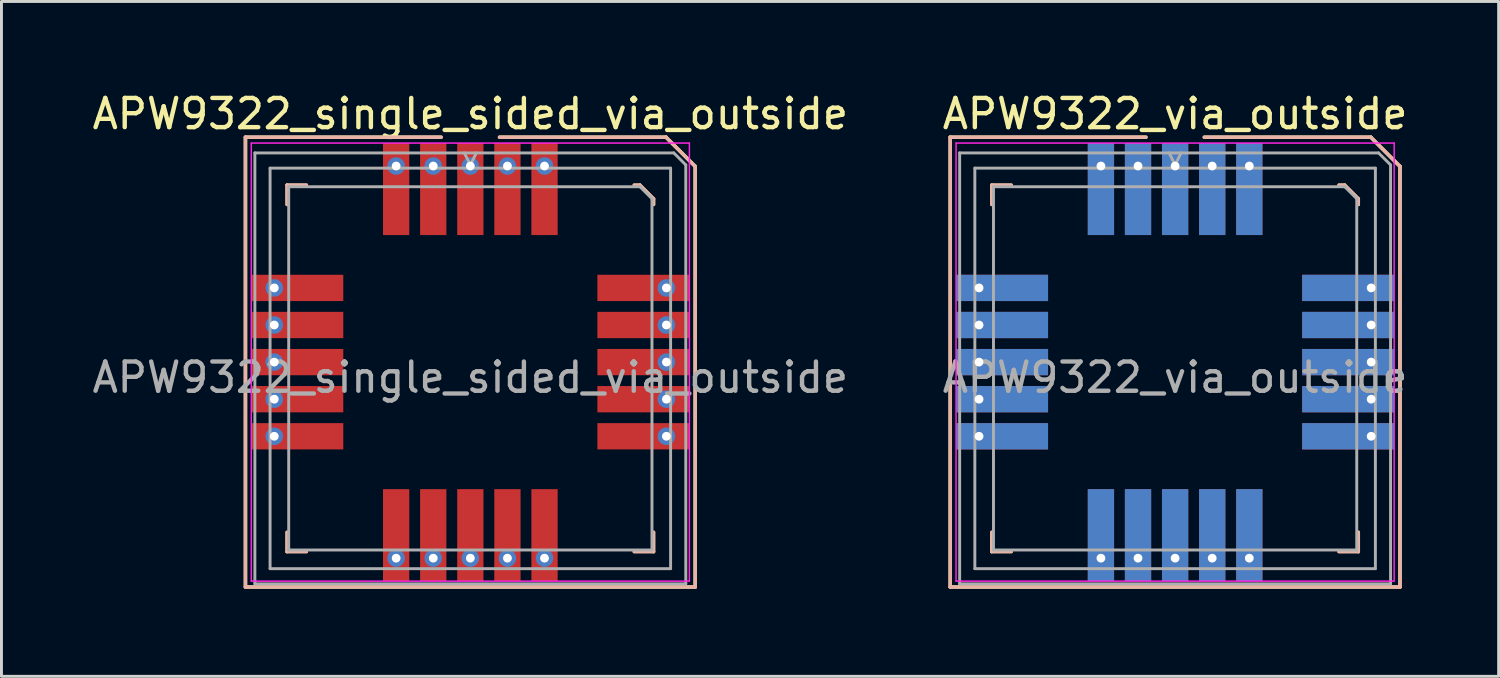
<source format=kicad_pcb>
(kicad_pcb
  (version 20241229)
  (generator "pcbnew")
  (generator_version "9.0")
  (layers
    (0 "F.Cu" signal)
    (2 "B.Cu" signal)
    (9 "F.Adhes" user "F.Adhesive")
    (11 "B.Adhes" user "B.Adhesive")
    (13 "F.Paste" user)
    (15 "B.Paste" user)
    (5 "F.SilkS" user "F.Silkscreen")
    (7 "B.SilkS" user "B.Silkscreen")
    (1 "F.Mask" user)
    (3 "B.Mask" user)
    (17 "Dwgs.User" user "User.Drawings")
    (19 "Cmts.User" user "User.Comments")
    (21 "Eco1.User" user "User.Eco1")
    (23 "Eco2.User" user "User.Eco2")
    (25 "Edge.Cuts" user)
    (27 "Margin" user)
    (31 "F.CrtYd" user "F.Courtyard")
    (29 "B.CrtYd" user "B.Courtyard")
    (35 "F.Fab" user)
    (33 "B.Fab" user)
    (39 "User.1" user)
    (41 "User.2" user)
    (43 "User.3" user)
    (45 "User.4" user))
  (footprint "APW9322_via_outside"
    (layer "F.Cu")
    (at 37.185 9.348)
    (property "Reference" "APW9322_via_outside" (at 0 -8.5 180) (layer "F.SilkS") (effects (font (size 1 1) (thickness 0.15))))
    (attr smd)
    (fp_line (start -7.7 -7.7) (end -1 -7.7) (stroke (width 0.12) (type solid)) (layer "F.SilkS"))
    (fp_line (start -7.7 7.7) (end -7.7 -7.7) (stroke (width 0.12) (type solid)) (layer "F.SilkS"))
    (fp_line (start -6.281 -6.066) (end -6.281 -5.389) (stroke (width 0.1) (type solid)) (layer "F.SilkS"))
    (fp_line (start -6.281 6.496) (end -6.281 5.82) (stroke (width 0.1) (type solid)) (layer "F.SilkS"))
    (fp_line (start -5.605 -6.066) (end -6.281 -6.066) (stroke (width 0.1) (type solid)) (layer "F.SilkS"))
    (fp_line (start -5.605 6.496) (end -6.281 6.496) (stroke (width 0.1) (type solid)) (layer "F.SilkS"))
    (fp_line (start 1 -7.7) (end 6.7 -7.7) (stroke (width 0.12) (type solid)) (layer "F.SilkS"))
    (fp_line (start 5.605 -6.066) (end 5.809 -6.066) (stroke (width 0.1) (type solid)) (layer "F.SilkS"))
    (fp_line (start 5.605 6.496) (end 6.281 6.496) (stroke (width 0.1) (type solid)) (layer "F.SilkS"))
    (fp_line (start 5.809 -6.066) (end 6.281 -5.594) (stroke (width 0.1) (type solid)) (layer "F.SilkS"))
    (fp_line (start 6.281 -5.594) (end 6.281 -5.389) (stroke (width 0.1) (type solid)) (layer "F.SilkS"))
    (fp_line (start 6.281 6.496) (end 6.281 5.82) (stroke (width 0.1) (type solid)) (layer "F.SilkS"))
    (fp_line (start 6.7 -7.7) (end 7.7 -6.7) (stroke (width 0.12) (type solid)) (layer "F.SilkS"))
    (fp_line (start 7.7 -6.7) (end 7.7 7.7) (stroke (width 0.12) (type solid)) (layer "F.SilkS"))
    (fp_line (start 7.7 7.7) (end -7.7 7.7) (stroke (width 0.12) (type solid)) (layer "F.SilkS"))
    (fp_line (start -7.7 -7.7) (end -1 -7.7) (stroke (width 0.12) (type solid)) (layer "B.SilkS"))
    (fp_line (start -7.7 7.7) (end -7.7 -7.7) (stroke (width 0.12) (type solid)) (layer "B.SilkS"))
    (fp_line (start -6.281 -6.066) (end -6.281 -5.389) (stroke (width 0.1) (type solid)) (layer "B.SilkS"))
    (fp_line (start -6.281 6.496) (end -6.281 5.82) (stroke (width 0.1) (type solid)) (layer "B.SilkS"))
    (fp_line (start -5.605 -6.066) (end -6.281 -6.066) (stroke (width 0.1) (type solid)) (layer "B.SilkS"))
    (fp_line (start -5.605 6.496) (end -6.281 6.496) (stroke (width 0.1) (type solid)) (layer "B.SilkS"))
    (fp_line (start 1 -7.7) (end 6.7 -7.7) (stroke (width 0.12) (type solid)) (layer "B.SilkS"))
    (fp_line (start 5.605 -6.066) (end 5.809 -6.066) (stroke (width 0.1) (type solid)) (layer "B.SilkS"))
    (fp_line (start 5.605 6.496) (end 6.281 6.496) (stroke (width 0.1) (type solid)) (layer "B.SilkS"))
    (fp_line (start 5.809 -6.066) (end 6.281 -5.594) (stroke (width 0.1) (type solid)) (layer "B.SilkS"))
    (fp_line (start 6.281 -5.594) (end 6.281 -5.389) (stroke (width 0.1) (type solid)) (layer "B.SilkS"))
    (fp_line (start 6.281 6.496) (end 6.281 5.82) (stroke (width 0.1) (type solid)) (layer "B.SilkS"))
    (fp_line (start 6.7 -7.7) (end 7.7 -6.7) (stroke (width 0.12) (type solid)) (layer "B.SilkS"))
    (fp_line (start 7.7 -6.7) (end 7.7 7.7) (stroke (width 0.12) (type solid)) (layer "B.SilkS"))
    (fp_line (start 7.7 7.7) (end -7.7 7.7) (stroke (width 0.12) (type solid)) (layer "B.SilkS"))
    (fp_line (start -7.5 -7.5) (end 7.5 -7.5) (stroke (width 0.05) (type solid)) (layer "F.CrtYd"))
    (fp_line (start -7.5 7.5) (end -7.5 -7.5) (stroke (width 0.05) (type solid)) (layer "F.CrtYd"))
    (fp_line (start 7.5 -7.5) (end 7.5 7.5) (stroke (width 0.05) (type solid)) (layer "F.CrtYd"))
    (fp_line (start 7.5 7.5) (end -7.5 7.5) (stroke (width 0.05) (type solid)) (layer "F.CrtYd"))
    (fp_line (start -7.377 -7.162) (end 6.967 -7.162) (stroke (width 0.1) (type solid)) (layer "F.Fab"))
    (fp_line (start -7.377 7.592) (end -7.377 -7.162) (stroke (width 0.1) (type solid)) (layer "F.Fab"))
    (fp_line (start -6.857 -6.641) (end 6.857 -6.641) (stroke (width 0.1) (type solid)) (layer "F.Fab"))
    (fp_line (start -6.857 7.072) (end -6.857 -6.641) (stroke (width 0.1) (type solid)) (layer "F.Fab"))
    (fp_line (start -6.219 -6.004) (end 5.809 -6.004) (stroke (width 0.1) (type solid)) (layer "F.Fab"))
    (fp_line (start -6.219 6.434) (end -6.219 -6.004) (stroke (width 0.1) (type solid)) (layer "F.Fab"))
    (fp_line (start 0 -6.752) (end -0.205 -7.162) (stroke (width 0.1) (type solid)) (layer "F.Fab"))
    (fp_line (start 0.205 -7.162) (end 0 -6.752) (stroke (width 0.1) (type solid)) (layer "F.Fab"))
    (fp_line (start 5.809 -6.004) (end 6.219 -5.594) (stroke (width 0.1) (type solid)) (layer "F.Fab"))
    (fp_line (start 6.219 -5.594) (end 6.219 6.434) (stroke (width 0.1) (type solid)) (layer "F.Fab"))
    (fp_line (start 6.219 6.434) (end -6.219 6.434) (stroke (width 0.1) (type solid)) (layer "F.Fab"))
    (fp_line (start 6.857 -6.641) (end 6.857 7.072) (stroke (width 0.1) (type solid)) (layer "F.Fab"))
    (fp_line (start 6.857 7.072) (end -6.857 7.072) (stroke (width 0.1) (type solid)) (layer "F.Fab"))
    (fp_line (start 6.967 -7.162) (end 7.377 -6.752) (stroke (width 0.1) (type solid)) (layer "F.Fab"))
    (fp_line (start 7.377 -6.752) (end 7.377 7.592) (stroke (width 0.1) (type solid)) (layer "F.Fab"))
    (fp_line (start 7.377 7.592) (end -7.377 7.592) (stroke (width 0.1) (type solid)) (layer "F.Fab"))
    (fp_text user "${REFERENCE}" (at 0 0.525 180) (layer "F.Fab") (effects (font (size 1 1) (thickness 0.15))))
    (pad "1" thru_hole rect (at 0 -6.713) (size 0.9 3.15) (drill 0.3 (offset 0 0.788)) (layers "*.Cu" "*.Mask"))
    (pad "2" thru_hole rect (at 1.27 -6.713) (size 0.9 3.15) (drill 0.3 (offset 0 0.788)) (layers "*.Cu" "*.Mask"))
    (pad "3" thru_hole rect (at 2.54 -6.713) (size 0.9 3.15) (drill 0.3 (offset 0 0.788)) (layers "*.Cu" "*.Mask"))
    (pad "4" thru_hole rect (at 6.713 -2.54) (size 3.15 0.9) (drill 0.3 (offset -0.788 0)) (layers "*.Cu" "*.Mask"))
    (pad "5" thru_hole rect (at 6.713 -1.27) (size 3.15 0.9) (drill 0.3 (offset -0.788 0)) (layers "*.Cu" "*.Mask"))
    (pad "6" thru_hole rect (at 6.713 0) (size 3.15 0.9) (drill 0.3 (offset -0.788 0)) (layers "*.Cu" "*.Mask"))
    (pad "7" thru_hole rect (at 6.713 1.27) (size 3.15 0.9) (drill 0.3 (offset -0.788 0)) (layers "*.Cu" "*.Mask"))
    (pad "8" thru_hole rect (at 6.713 2.54) (size 3.15 0.9) (drill 0.3 (offset -0.788 0)) (layers "*.Cu" "*.Mask"))
    (pad "9" thru_hole rect (at 2.54 6.713) (size 0.9 3.15) (drill 0.3 (offset 0 -0.788)) (layers "*.Cu" "*.Mask"))
    (pad "10" thru_hole rect (at 1.27 6.713) (size 0.9 3.15) (drill 0.3 (offset 0 -0.788)) (layers "*.Cu" "*.Mask"))
    (pad "11" thru_hole rect (at 0 6.713) (size 0.9 3.15) (drill 0.3 (offset 0 -0.788)) (layers "*.Cu" "*.Mask"))
    (pad "12" thru_hole rect (at -1.27 6.713) (size 0.9 3.15) (drill 0.3 (offset 0 -0.788)) (layers "*.Cu" "*.Mask"))
    (pad "13" thru_hole rect (at -2.54 6.713) (size 0.9 3.15) (drill 0.3 (offset 0 -0.788)) (layers "*.Cu" "*.Mask"))
    (pad "14" thru_hole rect (at -6.713 2.54) (size 3.15 0.9) (drill 0.3 (offset 0.788 0)) (layers "*.Cu" "*.Mask"))
    (pad "15" thru_hole rect (at -6.713 1.27) (size 3.15 0.9) (drill 0.3 (offset 0.788 0)) (layers "*.Cu" "*.Mask"))
    (pad "16" thru_hole rect (at -6.713 0) (size 3.15 0.9) (drill 0.3 (offset 0.788 0)) (layers "*.Cu" "*.Mask"))
    (pad "17" thru_hole rect (at -6.713 -1.27) (size 3.15 0.9) (drill 0.3 (offset 0.788 0)) (layers "*.Cu" "*.Mask"))
    (pad "18" thru_hole rect (at -6.713 -2.54) (size 3.15 0.9) (drill 0.3 (offset 0.788 0)) (layers "*.Cu" "*.Mask"))
    (pad "19" thru_hole rect (at -2.54 -6.713) (size 0.9 3.15) (drill 0.3 (offset 0 0.788)) (layers "*.Cu" "*.Mask"))
    (pad "20" thru_hole rect (at -1.27 -6.713) (size 0.9 3.15) (drill 0.3 (offset 0 0.788)) (layers "*.Cu" "*.Mask")))
  (footprint "APW9322_single_sided_via_outside"
    (layer "F.Cu")
    (at 13.054 9.348)
    (property "Reference" "APW9322_single_sided_via_outside" (at 0 -8.5 180) (layer "F.SilkS") (effects (font (size 1 1) (thickness 0.15))))
    (attr smd)
    (fp_line (start -7.7 -7.7) (end -1 -7.7) (stroke (width 0.12) (type solid)) (layer "F.SilkS"))
    (fp_line (start -7.7 7.7) (end -7.7 -7.7) (stroke (width 0.12) (type solid)) (layer "F.SilkS"))
    (fp_line (start -6.281 -6.066) (end -6.281 -5.389) (stroke (width 0.1) (type solid)) (layer "F.SilkS"))
    (fp_line (start -6.281 6.496) (end -6.281 5.82) (stroke (width 0.1) (type solid)) (layer "F.SilkS"))
    (fp_line (start -5.605 -6.066) (end -6.281 -6.066) (stroke (width 0.1) (type solid)) (layer "F.SilkS"))
    (fp_line (start -5.605 6.496) (end -6.281 6.496) (stroke (width 0.1) (type solid)) (layer "F.SilkS"))
    (fp_line (start 1 -7.7) (end 6.7 -7.7) (stroke (width 0.12) (type solid)) (layer "F.SilkS"))
    (fp_line (start 5.605 -6.066) (end 5.809 -6.066) (stroke (width 0.1) (type solid)) (layer "F.SilkS"))
    (fp_line (start 5.605 6.496) (end 6.281 6.496) (stroke (width 0.1) (type solid)) (layer "F.SilkS"))
    (fp_line (start 5.809 -6.066) (end 6.281 -5.594) (stroke (width 0.1) (type solid)) (layer "F.SilkS"))
    (fp_line (start 6.281 -5.594) (end 6.281 -5.389) (stroke (width 0.1) (type solid)) (layer "F.SilkS"))
    (fp_line (start 6.281 6.496) (end 6.281 5.82) (stroke (width 0.1) (type solid)) (layer "F.SilkS"))
    (fp_line (start 6.7 -7.7) (end 7.7 -6.7) (stroke (width 0.12) (type solid)) (layer "F.SilkS"))
    (fp_line (start 7.7 -6.7) (end 7.7 7.7) (stroke (width 0.12) (type solid)) (layer "F.SilkS"))
    (fp_line (start 7.7 7.7) (end -7.7 7.7) (stroke (width 0.12) (type solid)) (layer "F.SilkS"))
    (fp_line (start -7.7 -7.7) (end -1 -7.7) (stroke (width 0.12) (type solid)) (layer "B.SilkS"))
    (fp_line (start -7.7 7.7) (end -7.7 -7.7) (stroke (width 0.12) (type solid)) (layer "B.SilkS"))
    (fp_line (start -6.281 -6.066) (end -6.281 -5.389) (stroke (width 0.1) (type solid)) (layer "B.SilkS"))
    (fp_line (start -6.281 6.496) (end -6.281 5.82) (stroke (width 0.1) (type solid)) (layer "B.SilkS"))
    (fp_line (start -5.605 -6.066) (end -6.281 -6.066) (stroke (width 0.1) (type solid)) (layer "B.SilkS"))
    (fp_line (start -5.605 6.496) (end -6.281 6.496) (stroke (width 0.1) (type solid)) (layer "B.SilkS"))
    (fp_line (start 1 -7.7) (end 6.7 -7.7) (stroke (width 0.12) (type solid)) (layer "B.SilkS"))
    (fp_line (start 5.605 -6.066) (end 5.809 -6.066) (stroke (width 0.1) (type solid)) (layer "B.SilkS"))
    (fp_line (start 5.605 6.496) (end 6.281 6.496) (stroke (width 0.1) (type solid)) (layer "B.SilkS"))
    (fp_line (start 5.809 -6.066) (end 6.281 -5.594) (stroke (width 0.1) (type solid)) (layer "B.SilkS"))
    (fp_line (start 6.281 -5.594) (end 6.281 -5.389) (stroke (width 0.1) (type solid)) (layer "B.SilkS"))
    (fp_line (start 6.281 6.496) (end 6.281 5.82) (stroke (width 0.1) (type solid)) (layer "B.SilkS"))
    (fp_line (start 6.7 -7.7) (end 7.7 -6.7) (stroke (width 0.12) (type solid)) (layer "B.SilkS"))
    (fp_line (start 7.7 -6.7) (end 7.7 7.7) (stroke (width 0.12) (type solid)) (layer "B.SilkS"))
    (fp_line (start 7.7 7.7) (end -7.7 7.7) (stroke (width 0.12) (type solid)) (layer "B.SilkS"))
    (fp_line (start -7.5 -7.5) (end 7.5 -7.5) (stroke (width 0.05) (type solid)) (layer "F.CrtYd"))
    (fp_line (start -7.5 7.5) (end -7.5 -7.5) (stroke (width 0.05) (type solid)) (layer "F.CrtYd"))
    (fp_line (start 7.5 -7.5) (end 7.5 7.5) (stroke (width 0.05) (type solid)) (layer "F.CrtYd"))
    (fp_line (start 7.5 7.5) (end -7.5 7.5) (stroke (width 0.05) (type solid)) (layer "F.CrtYd"))
    (fp_line (start -7.377 -7.162) (end 6.967 -7.162) (stroke (width 0.1) (type solid)) (layer "F.Fab"))
    (fp_line (start -7.377 7.592) (end -7.377 -7.162) (stroke (width 0.1) (type solid)) (layer "F.Fab"))
    (fp_line (start -6.857 -6.641) (end 6.857 -6.641) (stroke (width 0.1) (type solid)) (layer "F.Fab"))
    (fp_line (start -6.857 7.072) (end -6.857 -6.641) (stroke (width 0.1) (type solid)) (layer "F.Fab"))
    (fp_line (start -6.219 -6.004) (end 5.809 -6.004) (stroke (width 0.1) (type solid)) (layer "F.Fab"))
    (fp_line (start -6.219 6.434) (end -6.219 -6.004) (stroke (width 0.1) (type solid)) (layer "F.Fab"))
    (fp_line (start 0 -6.752) (end -0.205 -7.162) (stroke (width 0.1) (type solid)) (layer "F.Fab"))
    (fp_line (start 0.205 -7.162) (end 0 -6.752) (stroke (width 0.1) (type solid)) (layer "F.Fab"))
    (fp_line (start 5.809 -6.004) (end 6.219 -5.594) (stroke (width 0.1) (type solid)) (layer "F.Fab"))
    (fp_line (start 6.219 -5.594) (end 6.219 6.434) (stroke (width 0.1) (type solid)) (layer "F.Fab"))
    (fp_line (start 6.219 6.434) (end -6.219 6.434) (stroke (width 0.1) (type solid)) (layer "F.Fab"))
    (fp_line (start 6.857 -6.641) (end 6.857 7.072) (stroke (width 0.1) (type solid)) (layer "F.Fab"))
    (fp_line (start 6.857 7.072) (end -6.857 7.072) (stroke (width 0.1) (type solid)) (layer "F.Fab"))
    (fp_line (start 6.967 -7.162) (end 7.377 -6.752) (stroke (width 0.1) (type solid)) (layer "F.Fab"))
    (fp_line (start 7.377 -6.752) (end 7.377 7.592) (stroke (width 0.1) (type solid)) (layer "F.Fab"))
    (fp_line (start 7.377 7.592) (end -7.377 7.592) (stroke (width 0.1) (type solid)) (layer "F.Fab"))
    (fp_text user "${REFERENCE}" (at 0 0.525 180) (layer "F.Fab") (effects (font (size 1 1) (thickness 0.15))))
    (pad "" thru_hole circle (at -6.713 -2.54) (size 0.6 0.6) (drill 0.3) (layers "*.Cu" "*.Mask"))
    (pad "" thru_hole circle (at -6.713 -1.27) (size 0.6 0.6) (drill 0.3) (layers "*.Cu" "*.Mask"))
    (pad "" thru_hole circle (at -6.713 0) (size 0.6 0.6) (drill 0.3) (layers "*.Cu" "*.Mask"))
    (pad "" thru_hole circle (at -6.713 1.27) (size 0.6 0.6) (drill 0.3) (layers "*.Cu" "*.Mask"))
    (pad "" thru_hole circle (at -6.713 2.54) (size 0.6 0.6) (drill 0.3) (layers "*.Cu" "*.Mask"))
    (pad "" thru_hole circle (at -2.54 -6.713) (size 0.6 0.6) (drill 0.3) (layers "*.Cu" "*.Mask"))
    (pad "" thru_hole circle (at -2.54 6.713) (size 0.6 0.6) (drill 0.3) (layers "*.Cu" "*.Mask"))
    (pad "" thru_hole circle (at -1.27 -6.713) (size 0.6 0.6) (drill 0.3) (layers "*.Cu" "*.Mask"))
    (pad "" thru_hole circle (at -1.27 6.713) (size 0.6 0.6) (drill 0.3) (layers "*.Cu" "*.Mask"))
    (pad "" thru_hole circle (at 0 -6.713) (size 0.6 0.6) (drill 0.3) (layers "*.Cu" "*.Mask"))
    (pad "" thru_hole circle (at 0 6.713) (size 0.6 0.6) (drill 0.3) (layers "*.Cu" "*.Mask"))
    (pad "" thru_hole circle (at 1.27 -6.713) (size 0.6 0.6) (drill 0.3) (layers "*.Cu" "*.Mask"))
    (pad "" thru_hole circle (at 1.27 6.713) (size 0.6 0.6) (drill 0.3) (layers "*.Cu" "*.Mask"))
    (pad "" thru_hole circle (at 2.54 -6.713) (size 0.6 0.6) (drill 0.3) (layers "*.Cu" "*.Mask"))
    (pad "" thru_hole circle (at 2.54 6.713) (size 0.6 0.6) (drill 0.3) (layers "*.Cu" "*.Mask"))
    (pad "" thru_hole circle (at 6.713 -2.54) (size 0.6 0.6) (drill 0.3) (layers "*.Cu" "*.Mask"))
    (pad "" thru_hole circle (at 6.713 -1.27) (size 0.6 0.6) (drill 0.3) (layers "*.Cu" "*.Mask"))
    (pad "" thru_hole circle (at 6.713 0) (size 0.6 0.6) (drill 0.3) (layers "*.Cu" "*.Mask"))
    (pad "" thru_hole circle (at 6.713 1.27) (size 0.6 0.6) (drill 0.3) (layers "*.Cu" "*.Mask"))
    (pad "" thru_hole circle (at 6.713 2.54) (size 0.6 0.6) (drill 0.3) (layers "*.Cu" "*.Mask"))
    (pad "1" smd rect (at 0 -5.925) (size 0.9 3.15) (layers "F.Cu" "F.Mask" "F.Paste"))
    (pad "2" smd rect (at 1.27 -5.925) (size 0.9 3.15) (layers "F.Cu" "F.Mask" "F.Paste"))
    (pad "3" smd rect (at 2.54 -5.925) (size 0.9 3.15) (layers "F.Cu" "F.Mask" "F.Paste"))
    (pad "4" smd rect (at 5.925 -2.54) (size 3.15 0.9) (layers "F.Cu" "F.Mask" "F.Paste"))
    (pad "5" smd rect (at 5.925 -1.27) (size 3.15 0.9) (layers "F.Cu" "F.Mask" "F.Paste"))
    (pad "6" smd rect (at 5.925 0) (size 3.15 0.9) (layers "F.Cu" "F.Mask" "F.Paste"))
    (pad "7" smd rect (at 5.925 1.27) (size 3.15 0.9) (layers "F.Cu" "F.Mask" "F.Paste"))
    (pad "8" smd rect (at 5.925 2.54) (size 3.15 0.9) (layers "F.Cu" "F.Mask" "F.Paste"))
    (pad "9" smd rect (at 2.54 5.925) (size 0.9 3.15) (layers "F.Cu" "F.Mask" "F.Paste"))
    (pad "10" smd rect (at 1.27 5.925) (size 0.9 3.15) (layers "F.Cu" "F.Mask" "F.Paste"))
    (pad "11" smd rect (at 0 5.925) (size 0.9 3.15) (layers "F.Cu" "F.Mask" "F.Paste"))
    (pad "12" smd rect (at -1.27 5.925) (size 0.9 3.15) (layers "F.Cu" "F.Mask" "F.Paste"))
    (pad "13" smd rect (at -2.54 5.925) (size 0.9 3.15) (layers "F.Cu" "F.Mask" "F.Paste"))
    (pad "14" smd rect (at -5.925 2.54) (size 3.15 0.9) (layers "F.Cu" "F.Mask" "F.Paste"))
    (pad "15" smd rect (at -5.925 1.27) (size 3.15 0.9) (layers "F.Cu" "F.Mask" "F.Paste"))
    (pad "16" smd rect (at -5.925 0) (size 3.15 0.9) (layers "F.Cu" "F.Mask" "F.Paste"))
    (pad "17" smd rect (at -5.925 -1.27) (size 3.15 0.9) (layers "F.Cu" "F.Mask" "F.Paste"))
    (pad "18" smd rect (at -5.925 -2.54) (size 3.15 0.9) (layers "F.Cu" "F.Mask" "F.Paste"))
    (pad "19" smd rect (at -2.54 -5.925) (size 0.9 3.15) (layers "F.Cu" "F.Mask" "F.Paste"))
    (pad "20" smd rect (at -1.27 -5.925) (size 0.9 3.15) (layers "F.Cu" "F.Mask" "F.Paste")))
  (gr_rect
    (start -3 -3)
    (end 48.262 20.108)
    (stroke (width 0.1) (type default))
    (fill no)
    (layer "Edge.Cuts")))
</source>
